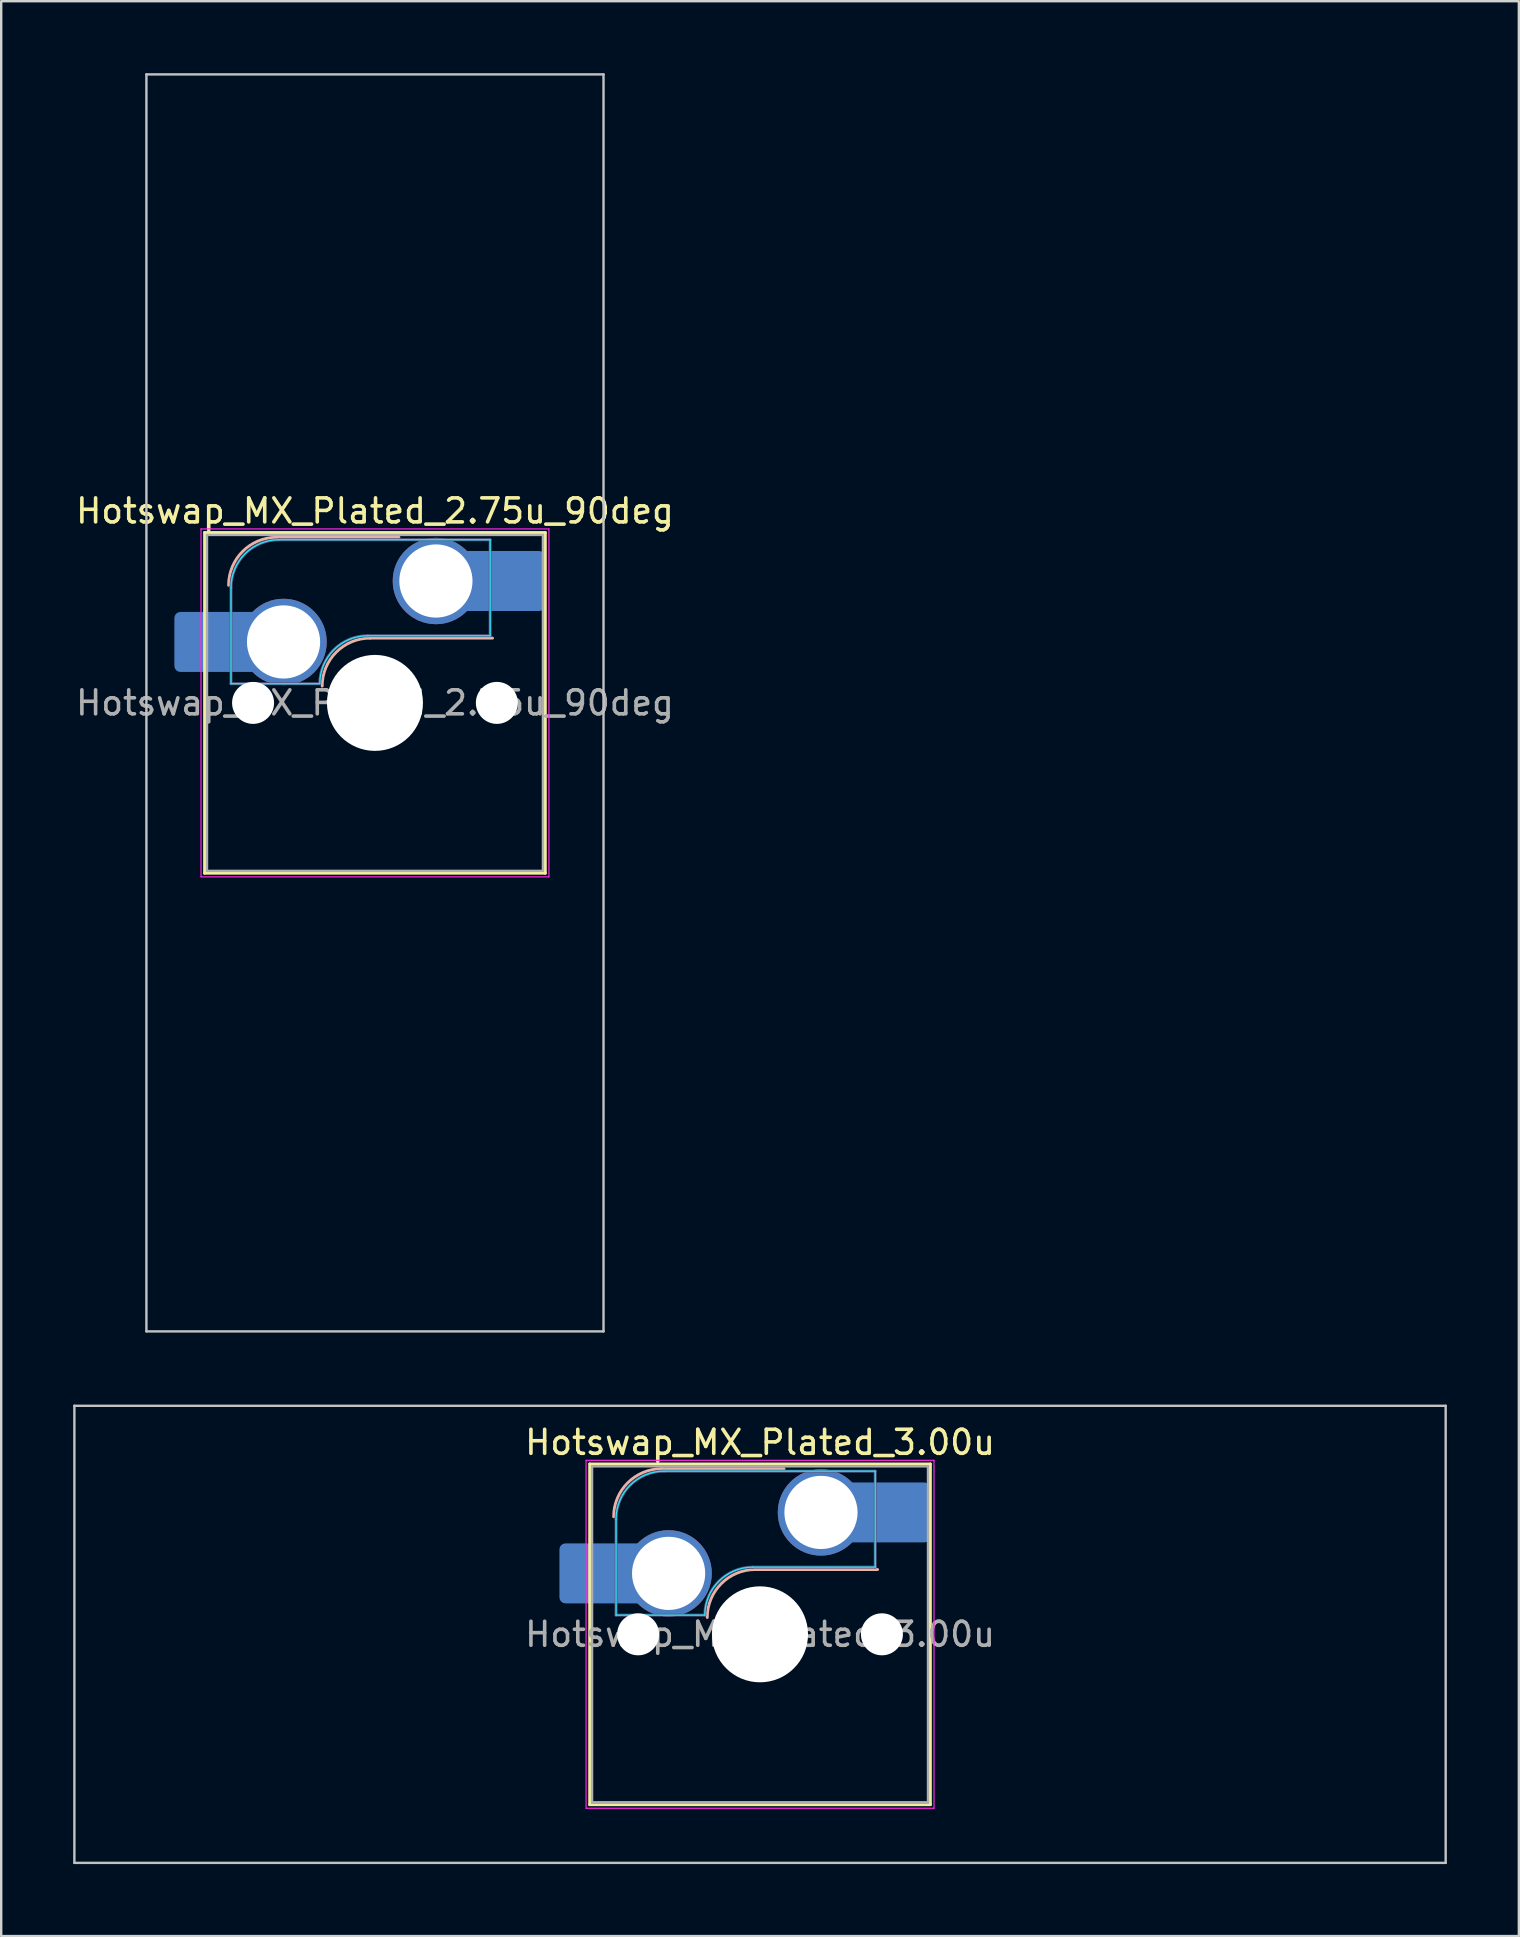
<source format=kicad_pcb>
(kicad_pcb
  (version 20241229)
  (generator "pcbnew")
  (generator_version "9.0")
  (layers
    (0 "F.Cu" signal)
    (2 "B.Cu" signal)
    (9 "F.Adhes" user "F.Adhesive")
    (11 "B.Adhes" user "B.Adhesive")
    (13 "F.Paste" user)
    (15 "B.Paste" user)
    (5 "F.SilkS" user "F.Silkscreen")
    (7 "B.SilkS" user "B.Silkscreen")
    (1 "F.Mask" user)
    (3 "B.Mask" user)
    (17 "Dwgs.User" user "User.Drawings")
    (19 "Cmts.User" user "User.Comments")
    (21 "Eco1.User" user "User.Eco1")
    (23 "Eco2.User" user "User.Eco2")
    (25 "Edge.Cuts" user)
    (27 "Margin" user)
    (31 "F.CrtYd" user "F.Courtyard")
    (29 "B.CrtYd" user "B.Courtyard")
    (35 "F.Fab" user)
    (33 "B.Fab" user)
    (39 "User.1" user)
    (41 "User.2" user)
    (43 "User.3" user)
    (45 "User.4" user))
  (footprint "Hotswap_MX_Plated_3.00u"
    (layer "F.Cu")
    (at 28.625 65.062)
    (property "Reference" "Hotswap_MX_Plated_3.00u" (at 0 -8 0) (layer "F.SilkS") (effects (font (size 1 1) (thickness 0.15))))
    (attr smd allow_soldermask_bridges)
    (fp_line (start -7.1 -7.1) (end -7.1 7.1) (stroke (width 0.12) (type solid)) (layer "F.SilkS"))
    (fp_line (start -7.1 7.1) (end 7.1 7.1) (stroke (width 0.12) (type solid)) (layer "F.SilkS"))
    (fp_line (start 7.1 -7.1) (end -7.1 -7.1) (stroke (width 0.12) (type solid)) (layer "F.SilkS"))
    (fp_line (start 7.1 7.1) (end 7.1 -7.1) (stroke (width 0.12) (type solid)) (layer "F.SilkS"))
    (fp_line (start -4.1 -6.9) (end 1 -6.9) (stroke (width 0.12) (type solid)) (layer "B.SilkS"))
    (fp_line (start -0.2 -2.7) (end 4.9 -2.7) (stroke (width 0.12) (type solid)) (layer "B.SilkS"))
    (fp_arc (start -6.1 -4.9) (mid -5.514214 -6.314214) (end -4.1 -6.9) (stroke (width 0.12) (type solid)) (layer "B.SilkS"))
    (fp_arc (start -2.2 -0.7) (mid -1.614214 -2.114214) (end -0.2 -2.7) (stroke (width 0.12) (type solid)) (layer "B.SilkS"))
    (fp_line (start -28.575 -9.525) (end -28.575 9.525) (stroke (width 0.1) (type solid)) (layer "Dwgs.User"))
    (fp_line (start -28.575 9.525) (end 28.575 9.525) (stroke (width 0.1) (type solid)) (layer "Dwgs.User"))
    (fp_line (start 28.575 -9.525) (end -28.575 -9.525) (stroke (width 0.1) (type solid)) (layer "Dwgs.User"))
    (fp_line (start 28.575 9.525) (end 28.575 -9.525) (stroke (width 0.1) (type solid)) (layer "Dwgs.User"))
    (fp_line (start -7.8 -6) (end -7 -6) (stroke (width 0.1) (type solid)) (layer "Eco1.User"))
    (fp_line (start -7.8 -2.9) (end -7.8 -6) (stroke (width 0.1) (type solid)) (layer "Eco1.User"))
    (fp_line (start -7.8 2.9) (end -7 2.9) (stroke (width 0.1) (type solid)) (layer "Eco1.User"))
    (fp_line (start -7.8 6) (end -7.8 2.9) (stroke (width 0.1) (type solid)) (layer "Eco1.User"))
    (fp_line (start -7 -7) (end 7 -7) (stroke (width 0.1) (type solid)) (layer "Eco1.User"))
    (fp_line (start -7 -6) (end -7 -7) (stroke (width 0.1) (type solid)) (layer "Eco1.User"))
    (fp_line (start -7 -2.9) (end -7.8 -2.9) (stroke (width 0.1) (type solid)) (layer "Eco1.User"))
    (fp_line (start -7 2.9) (end -7 -2.9) (stroke (width 0.1) (type solid)) (layer "Eco1.User"))
    (fp_line (start -7 6) (end -7.8 6) (stroke (width 0.1) (type solid)) (layer "Eco1.User"))
    (fp_line (start -7 7) (end -7 6) (stroke (width 0.1) (type solid)) (layer "Eco1.User"))
    (fp_line (start 7 -7) (end 7 -6) (stroke (width 0.1) (type solid)) (layer "Eco1.User"))
    (fp_line (start 7 -6) (end 7.8 -6) (stroke (width 0.1) (type solid)) (layer "Eco1.User"))
    (fp_line (start 7 -2.9) (end 7 2.9) (stroke (width 0.1) (type solid)) (layer "Eco1.User"))
    (fp_line (start 7 2.9) (end 7.8 2.9) (stroke (width 0.1) (type solid)) (layer "Eco1.User"))
    (fp_line (start 7 6) (end 7 7) (stroke (width 0.1) (type solid)) (layer "Eco1.User"))
    (fp_line (start 7 7) (end -7 7) (stroke (width 0.1) (type solid)) (layer "Eco1.User"))
    (fp_line (start 7.8 -6) (end 7.8 -2.9) (stroke (width 0.1) (type solid)) (layer "Eco1.User"))
    (fp_line (start 7.8 -2.9) (end 7 -2.9) (stroke (width 0.1) (type solid)) (layer "Eco1.User"))
    (fp_line (start 7.8 2.9) (end 7.8 6) (stroke (width 0.1) (type solid)) (layer "Eco1.User"))
    (fp_line (start 7.8 6) (end 7 6) (stroke (width 0.1) (type solid)) (layer "Eco1.User"))
    (fp_line (start -6 -0.8) (end -6 -4.8) (stroke (width 0.05) (type solid)) (layer "B.CrtYd"))
    (fp_line (start -6 -0.8) (end -2.3 -0.8) (stroke (width 0.05) (type solid)) (layer "B.CrtYd"))
    (fp_line (start -4 -6.8) (end 4.8 -6.8) (stroke (width 0.05) (type solid)) (layer "B.CrtYd"))
    (fp_line (start -0.3 -2.8) (end 4.8 -2.8) (stroke (width 0.05) (type solid)) (layer "B.CrtYd"))
    (fp_line (start 4.8 -6.8) (end 4.8 -2.8) (stroke (width 0.05) (type solid)) (layer "B.CrtYd"))
    (fp_arc (start -6 -4.8) (mid -5.414214 -6.214214) (end -4 -6.8) (stroke (width 0.05) (type solid)) (layer "B.CrtYd"))
    (fp_arc (start -2.3 -0.8) (mid -1.714214 -2.214214) (end -0.3 -2.8) (stroke (width 0.05) (type solid)) (layer "B.CrtYd"))
    (fp_line (start -7.25 -7.25) (end -7.25 7.25) (stroke (width 0.05) (type solid)) (layer "F.CrtYd"))
    (fp_line (start -7.25 7.25) (end 7.25 7.25) (stroke (width 0.05) (type solid)) (layer "F.CrtYd"))
    (fp_line (start 7.25 -7.25) (end -7.25 -7.25) (stroke (width 0.05) (type solid)) (layer "F.CrtYd"))
    (fp_line (start 7.25 7.25) (end 7.25 -7.25) (stroke (width 0.05) (type solid)) (layer "F.CrtYd"))
    (fp_line (start -6 -0.8) (end -6 -4.8) (stroke (width 0.12) (type solid)) (layer "B.Fab"))
    (fp_line (start -6 -0.8) (end -2.3 -0.8) (stroke (width 0.12) (type solid)) (layer "B.Fab"))
    (fp_line (start -4 -6.8) (end 4.8 -6.8) (stroke (width 0.12) (type solid)) (layer "B.Fab"))
    (fp_line (start -0.3 -2.8) (end 4.8 -2.8) (stroke (width 0.12) (type solid)) (layer "B.Fab"))
    (fp_line (start 4.8 -6.8) (end 4.8 -2.8) (stroke (width 0.12) (type solid)) (layer "B.Fab"))
    (fp_arc (start -6 -4.8) (mid -5.414214 -6.214214) (end -4 -6.8) (stroke (width 0.12) (type solid)) (layer "B.Fab"))
    (fp_arc (start -2.3 -0.8) (mid -1.714214 -2.214214) (end -0.3 -2.8) (stroke (width 0.12) (type solid)) (layer "B.Fab"))
    (fp_line (start -7 -7) (end -7 7) (stroke (width 0.1) (type solid)) (layer "F.Fab"))
    (fp_line (start -7 7) (end 7 7) (stroke (width 0.1) (type solid)) (layer "F.Fab"))
    (fp_line (start 7 -7) (end -7 -7) (stroke (width 0.1) (type solid)) (layer "F.Fab"))
    (fp_line (start 7 7) (end 7 -7) (stroke (width 0.1) (type solid)) (layer "F.Fab"))
    (fp_text user "${REFERENCE}" (at 0 0 0) (layer "F.Fab") (effects (font (size 1 1) (thickness 0.15))))
    (pad "" smd roundrect (at -7.085 -2.54) (size 2.55 2.5) (layers "B.Mask" "B.Paste") (roundrect_rratio 0.1))
    (pad "" np_thru_hole circle (at -5.08 0) (size 1.75 1.75) (drill 1.75) (layers "*.Cu" "*.Mask"))
    (pad "" np_thru_hole circle (at 0 0) (size 4 4) (drill 4) (layers "*.Cu" "*.Mask"))
    (pad "" np_thru_hole circle (at 5.08 0) (size 1.75 1.75) (drill 1.75) (layers "*.Cu" "*.Mask"))
    (pad "" smd roundrect (at 5.842 -5.08) (size 2.55 2.5) (layers "B.Mask" "B.Paste") (roundrect_rratio 0.1))
    (pad "1" smd roundrect (at -6.585 -2.54) (size 3.55 2.5) (layers "B.Cu") (roundrect_rratio 0.1))
    (pad "1" thru_hole circle (at -3.81 -2.54) (size 3.6 3.6) (drill 3.05) (layers "*.Cu" "*.Mask"))
    (pad "2" thru_hole circle (at 2.54 -5.08) (size 3.6 3.6) (drill 3.05) (layers "*.Cu" "*.Mask"))
    (pad "2" smd roundrect (at 5.32 -5.08) (size 3.55 2.5) (layers "B.Cu") (roundrect_rratio 0.1)))
  (footprint "Hotswap_MX_Plated_2.75u_90deg"
    (layer "F.Cu")
    (at 12.577 26.244)
    (property "Reference" "Hotswap_MX_Plated_2.75u_90deg" (at 0 -8 0) (layer "F.SilkS") (effects (font (size 1 1) (thickness 0.15))))
    (attr smd allow_soldermask_bridges)
    (fp_line (start -7.1 -7.1) (end -7.1 7.1) (stroke (width 0.12) (type solid)) (layer "F.SilkS"))
    (fp_line (start -7.1 7.1) (end 7.1 7.1) (stroke (width 0.12) (type solid)) (layer "F.SilkS"))
    (fp_line (start 7.1 -7.1) (end -7.1 -7.1) (stroke (width 0.12) (type solid)) (layer "F.SilkS"))
    (fp_line (start 7.1 7.1) (end 7.1 -7.1) (stroke (width 0.12) (type solid)) (layer "F.SilkS"))
    (fp_line (start -4.1 -6.9) (end 1 -6.9) (stroke (width 0.12) (type solid)) (layer "B.SilkS"))
    (fp_line (start -0.2 -2.7) (end 4.9 -2.7) (stroke (width 0.12) (type solid)) (layer "B.SilkS"))
    (fp_arc (start -6.1 -4.9) (mid -5.514214 -6.314214) (end -4.1 -6.9) (stroke (width 0.12) (type solid)) (layer "B.SilkS"))
    (fp_arc (start -2.2 -0.7) (mid -1.614214 -2.114214) (end -0.2 -2.7) (stroke (width 0.12) (type solid)) (layer "B.SilkS"))
    (fp_line (start -9.525 -26.194) (end 9.525 -26.194) (stroke (width 0.1) (type solid)) (layer "Dwgs.User"))
    (fp_line (start -9.525 26.194) (end -9.525 -26.194) (stroke (width 0.1) (type solid)) (layer "Dwgs.User"))
    (fp_line (start 9.525 -26.194) (end 9.525 26.194) (stroke (width 0.1) (type solid)) (layer "Dwgs.User"))
    (fp_line (start 9.525 26.194) (end -9.525 26.194) (stroke (width 0.1) (type solid)) (layer "Dwgs.User"))
    (fp_line (start -7.8 -6) (end -7 -6) (stroke (width 0.1) (type solid)) (layer "Eco1.User"))
    (fp_line (start -7.8 -2.9) (end -7.8 -6) (stroke (width 0.1) (type solid)) (layer "Eco1.User"))
    (fp_line (start -7.8 2.9) (end -7 2.9) (stroke (width 0.1) (type solid)) (layer "Eco1.User"))
    (fp_line (start -7.8 6) (end -7.8 2.9) (stroke (width 0.1) (type solid)) (layer "Eco1.User"))
    (fp_line (start -7 -7) (end 7 -7) (stroke (width 0.1) (type solid)) (layer "Eco1.User"))
    (fp_line (start -7 -6) (end -7 -7) (stroke (width 0.1) (type solid)) (layer "Eco1.User"))
    (fp_line (start -7 -2.9) (end -7.8 -2.9) (stroke (width 0.1) (type solid)) (layer "Eco1.User"))
    (fp_line (start -7 2.9) (end -7 -2.9) (stroke (width 0.1) (type solid)) (layer "Eco1.User"))
    (fp_line (start -7 6) (end -7.8 6) (stroke (width 0.1) (type solid)) (layer "Eco1.User"))
    (fp_line (start -7 7) (end -7 6) (stroke (width 0.1) (type solid)) (layer "Eco1.User"))
    (fp_line (start 7 -7) (end 7 -6) (stroke (width 0.1) (type solid)) (layer "Eco1.User"))
    (fp_line (start 7 -6) (end 7.8 -6) (stroke (width 0.1) (type solid)) (layer "Eco1.User"))
    (fp_line (start 7 -2.9) (end 7 2.9) (stroke (width 0.1) (type solid)) (layer "Eco1.User"))
    (fp_line (start 7 2.9) (end 7.8 2.9) (stroke (width 0.1) (type solid)) (layer "Eco1.User"))
    (fp_line (start 7 6) (end 7 7) (stroke (width 0.1) (type solid)) (layer "Eco1.User"))
    (fp_line (start 7 7) (end -7 7) (stroke (width 0.1) (type solid)) (layer "Eco1.User"))
    (fp_line (start 7.8 -6) (end 7.8 -2.9) (stroke (width 0.1) (type solid)) (layer "Eco1.User"))
    (fp_line (start 7.8 -2.9) (end 7 -2.9) (stroke (width 0.1) (type solid)) (layer "Eco1.User"))
    (fp_line (start 7.8 2.9) (end 7.8 6) (stroke (width 0.1) (type solid)) (layer "Eco1.User"))
    (fp_line (start 7.8 6) (end 7 6) (stroke (width 0.1) (type solid)) (layer "Eco1.User"))
    (fp_line (start -6 -0.8) (end -6 -4.8) (stroke (width 0.05) (type solid)) (layer "B.CrtYd"))
    (fp_line (start -6 -0.8) (end -2.3 -0.8) (stroke (width 0.05) (type solid)) (layer "B.CrtYd"))
    (fp_line (start -4 -6.8) (end 4.8 -6.8) (stroke (width 0.05) (type solid)) (layer "B.CrtYd"))
    (fp_line (start -0.3 -2.8) (end 4.8 -2.8) (stroke (width 0.05) (type solid)) (layer "B.CrtYd"))
    (fp_line (start 4.8 -6.8) (end 4.8 -2.8) (stroke (width 0.05) (type solid)) (layer "B.CrtYd"))
    (fp_arc (start -6 -4.8) (mid -5.414214 -6.214214) (end -4 -6.8) (stroke (width 0.05) (type solid)) (layer "B.CrtYd"))
    (fp_arc (start -2.3 -0.8) (mid -1.714214 -2.214214) (end -0.3 -2.8) (stroke (width 0.05) (type solid)) (layer "B.CrtYd"))
    (fp_line (start -7.25 -7.25) (end -7.25 7.25) (stroke (width 0.05) (type solid)) (layer "F.CrtYd"))
    (fp_line (start -7.25 7.25) (end 7.25 7.25) (stroke (width 0.05) (type solid)) (layer "F.CrtYd"))
    (fp_line (start 7.25 -7.25) (end -7.25 -7.25) (stroke (width 0.05) (type solid)) (layer "F.CrtYd"))
    (fp_line (start 7.25 7.25) (end 7.25 -7.25) (stroke (width 0.05) (type solid)) (layer "F.CrtYd"))
    (fp_line (start -6 -0.8) (end -6 -4.8) (stroke (width 0.12) (type solid)) (layer "B.Fab"))
    (fp_line (start -6 -0.8) (end -2.3 -0.8) (stroke (width 0.12) (type solid)) (layer "B.Fab"))
    (fp_line (start -4 -6.8) (end 4.8 -6.8) (stroke (width 0.12) (type solid)) (layer "B.Fab"))
    (fp_line (start -0.3 -2.8) (end 4.8 -2.8) (stroke (width 0.12) (type solid)) (layer "B.Fab"))
    (fp_line (start 4.8 -6.8) (end 4.8 -2.8) (stroke (width 0.12) (type solid)) (layer "B.Fab"))
    (fp_arc (start -6 -4.8) (mid -5.414214 -6.214214) (end -4 -6.8) (stroke (width 0.12) (type solid)) (layer "B.Fab"))
    (fp_arc (start -2.3 -0.8) (mid -1.714214 -2.214214) (end -0.3 -2.8) (stroke (width 0.12) (type solid)) (layer "B.Fab"))
    (fp_line (start -7 -7) (end -7 7) (stroke (width 0.1) (type solid)) (layer "F.Fab"))
    (fp_line (start -7 7) (end 7 7) (stroke (width 0.1) (type solid)) (layer "F.Fab"))
    (fp_line (start 7 -7) (end -7 -7) (stroke (width 0.1) (type solid)) (layer "F.Fab"))
    (fp_line (start 7 7) (end 7 -7) (stroke (width 0.1) (type solid)) (layer "F.Fab"))
    (fp_text user "${REFERENCE}" (at 0 0 0) (layer "F.Fab") (effects (font (size 1 1) (thickness 0.15))))
    (pad "" smd roundrect (at -7.085 -2.54) (size 2.55 2.5) (layers "B.Mask" "B.Paste") (roundrect_rratio 0.1))
    (pad "" np_thru_hole circle (at -5.08 0) (size 1.75 1.75) (drill 1.75) (layers "*.Cu" "*.Mask"))
    (pad "" np_thru_hole circle (at 0 0) (size 4 4) (drill 4) (layers "*.Cu" "*.Mask"))
    (pad "" np_thru_hole circle (at 5.08 0) (size 1.75 1.75) (drill 1.75) (layers "*.Cu" "*.Mask"))
    (pad "" smd roundrect (at 5.842 -5.08) (size 2.55 2.5) (layers "B.Mask" "B.Paste") (roundrect_rratio 0.1))
    (pad "1" smd roundrect (at -6.585 -2.54) (size 3.55 2.5) (layers "B.Cu") (roundrect_rratio 0.1))
    (pad "1" thru_hole circle (at -3.81 -2.54) (size 3.6 3.6) (drill 3.05) (layers "*.Cu" "*.Mask"))
    (pad "2" thru_hole circle (at 2.54 -5.08) (size 3.6 3.6) (drill 3.05) (layers "*.Cu" "*.Mask"))
    (pad "2" smd roundrect (at 5.32 -5.08) (size 3.55 2.5) (layers "B.Cu") (roundrect_rratio 0.1)))
  (gr_rect
    (start -3 -3)
    (end 60.25 77.638)
    (stroke (width 0.1) (type default))
    (fill no)
    (layer "Edge.Cuts")))
</source>
